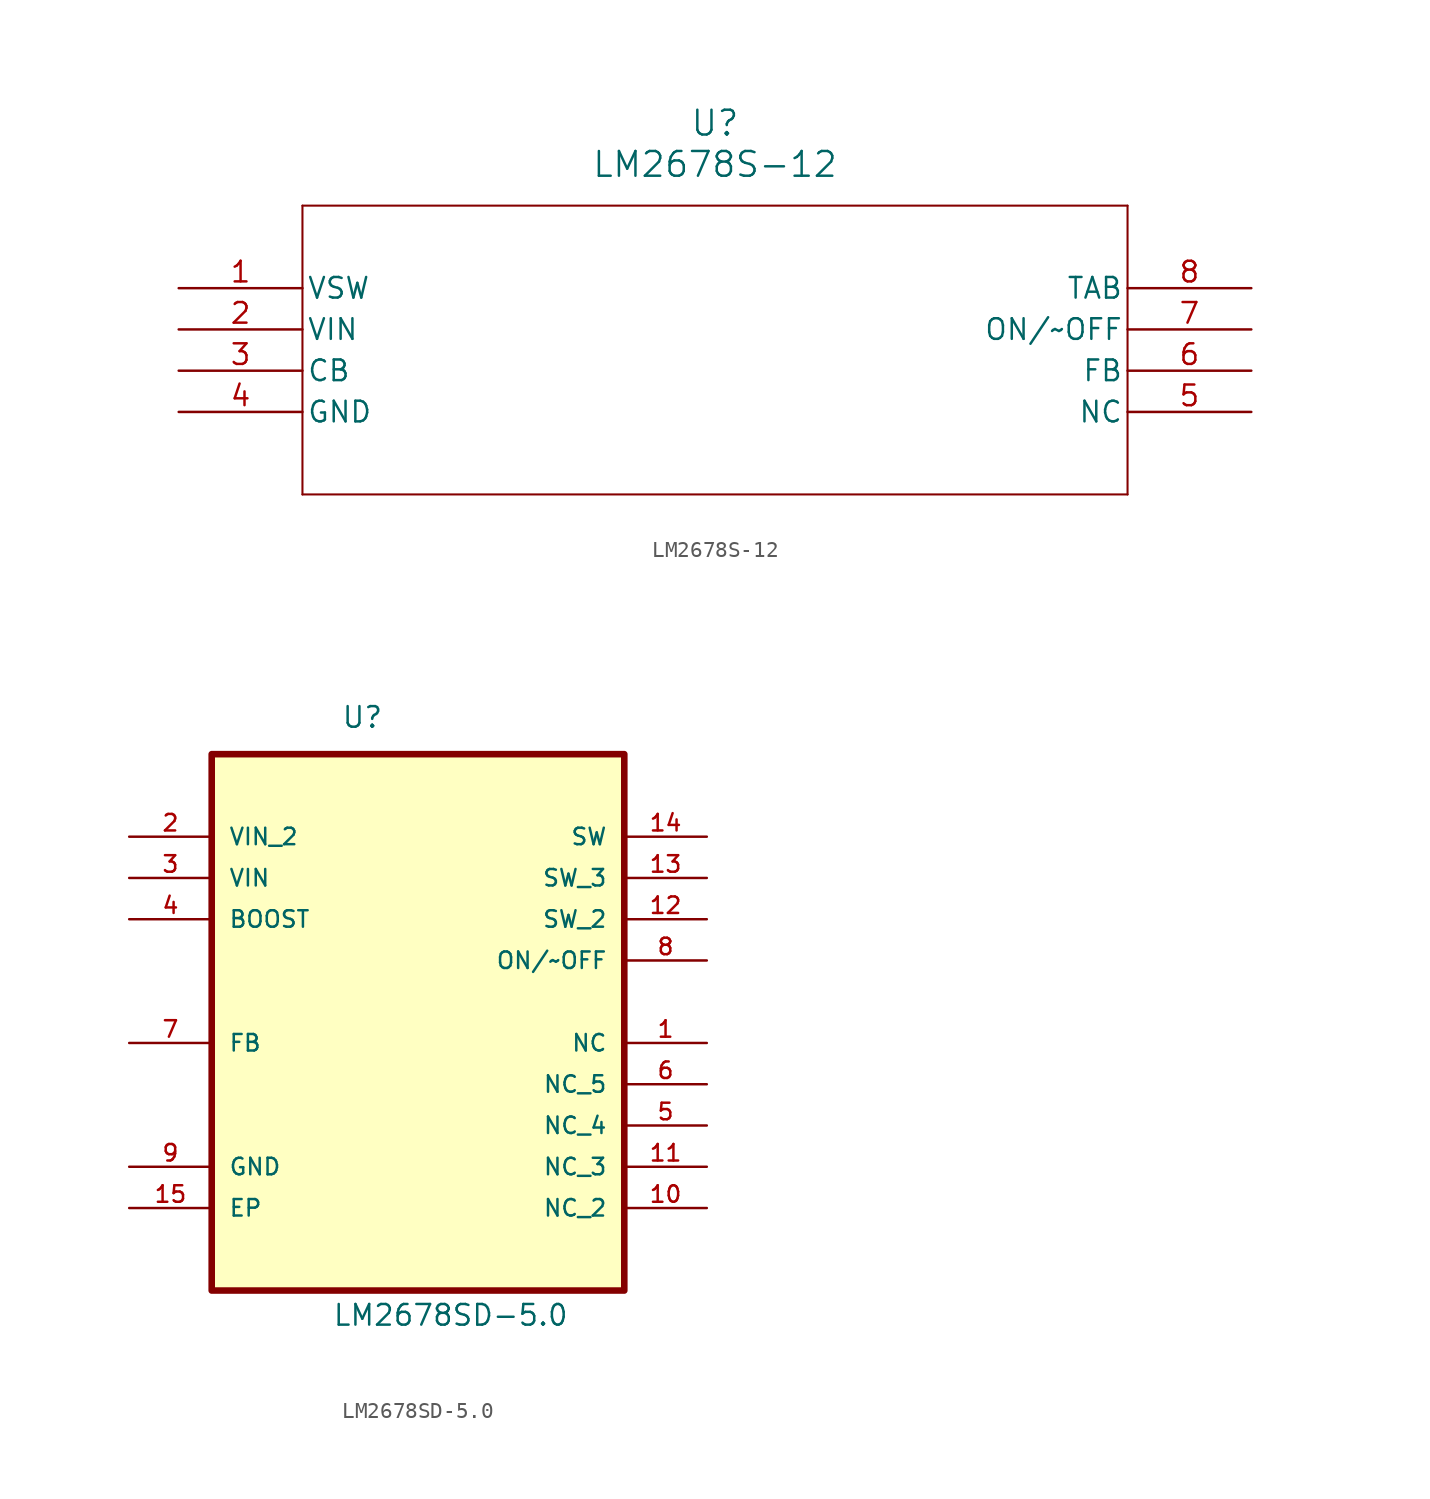
<source format=kicad_sym>
(kicad_symbol_lib
  (version 20241209)
  (generator "kicad_symbol_editor")
  (generator_version "9.0")
  (symbol "LM2678S-12"
    (pin_names
      (offset 0.254))
    (property "Reference" "U"
      (at 33.02 10.16 0)
      (effects (font (size 1.524 1.524))))
    (property "Value" "LM2678S-12"
      (at 33.02 7.62 0)
      (effects (font (size 1.524 1.524))))
    (property "ki_locked" ""
      (at 0 0 0)
      (effects (font (size 1.27 1.27))))
    (symbol "LM2678S-12_0_1"
      (polyline (pts (xy 7.62 5.08) (xy 7.62 -12.7)) (stroke (width 0.127) (type default)) (fill (type none)))
      (polyline (pts (xy 7.62 -12.7) (xy 58.42 -12.7)) (stroke (width 0.127) (type default)) (fill (type none)))
      (polyline (pts (xy 58.42 5.08) (xy 7.62 5.08)) (stroke (width 0.127) (type default)) (fill (type none)))
      (polyline (pts (xy 58.42 -12.7) (xy 58.42 5.08)) (stroke (width 0.127) (type default)) (fill (type none)))
      (pin output line (at 0 0 0) (length 7.62) (name "VSW" (effects (font (size 1.27 1.27)))) (number "1" (effects (font (size 1.27 1.27)))))
      (pin input line (at 0 -2.54 0) (length 7.62) (name "VIN" (effects (font (size 1.27 1.27)))) (number "2" (effects (font (size 1.27 1.27)))))
      (pin passive line (at 0 -5.08 0) (length 7.62) (name "CB" (effects (font (size 1.27 1.27)))) (number "3" (effects (font (size 1.27 1.27)))))
      (pin passive line (at 0 -7.62 0) (length 7.62) (name "GND" (effects (font (size 1.27 1.27)))) (number "4" (effects (font (size 1.27 1.27)))))
      (pin unspecified line (at 66.04 0 180) (length 7.62) (name "TAB" (effects (font (size 1.27 1.27)))) (number "8" (effects (font (size 1.27 1.27)))))
      (pin passive line (at 66.04 -2.54 180) (length 7.62) (name "ON/~OFF" (effects (font (size 1.27 1.27)))) (number "7" (effects (font (size 1.27 1.27)))))
      (pin passive line (at 66.04 -5.08 180) (length 7.62) (name "FB" (effects (font (size 1.27 1.27)))) (number "6" (effects (font (size 1.27 1.27)))))
      (pin passive line (at 66.04 -7.62 180) (length 7.62) (name "NC" (effects (font (size 1.27 1.27)))) (number "5" (effects (font (size 1.27 1.27)))))))
  (symbol "LM2678SD-5.0"
    (pin_names
      (offset 1.016))
    (property "Reference" "U"
      (at -4.734 14.226 0)
      (effects (font (size 1.27 1.27)) (justify left bottom)))
    (property "Value" "LM2678SD-5.0"
      (at -5.283 -22.581 0)
      (effects (font (size 1.27 1.27)) (justify left bottom)))
    (symbol "LM2678SD-5.0_0_0"
      (rectangle (start -12.7 -20.32) (end 12.7 12.7) (stroke (width 0.406) (type default)) (fill (type background)))
      (pin input line (at -17.78 7.62 0) (length 5.08) (name "VIN_2" (effects (font (size 1.016 1.016)))) (number "2" (effects (font (size 1.016 1.016)))))
      (pin input line (at -17.78 5.08 0) (length 5.08) (name "VIN" (effects (font (size 1.016 1.016)))) (number "3" (effects (font (size 1.016 1.016)))))
      (pin passive line (at -17.78 2.54 0) (length 5.08) (name "BOOST" (effects (font (size 1.016 1.016)))) (number "4" (effects (font (size 1.016 1.016)))))
      (pin passive line (at -17.78 -5.08 0) (length 5.08) (name "FB" (effects (font (size 1.016 1.016)))) (number "7" (effects (font (size 1.016 1.016)))))
      (pin passive line (at -17.78 -12.7 0) (length 5.08) (name "GND" (effects (font (size 1.016 1.016)))) (number "9" (effects (font (size 1.016 1.016)))))
      (pin passive line (at -17.78 -15.24 0) (length 5.08) (name "EP" (effects (font (size 1.016 1.016)))) (number "15" (effects (font (size 1.016 1.016)))))
      (pin output line (at 17.78 7.62 180) (length 5.08) (name "SW" (effects (font (size 1.016 1.016)))) (number "14" (effects (font (size 1.016 1.016)))))
      (pin output line (at 17.78 5.08 180) (length 5.08) (name "SW_3" (effects (font (size 1.016 1.016)))) (number "13" (effects (font (size 1.016 1.016)))))
      (pin output line (at 17.78 2.54 180) (length 5.08) (name "SW_2" (effects (font (size 1.016 1.016)))) (number "12" (effects (font (size 1.016 1.016)))))
      (pin passive line (at 17.78 0 180) (length 5.08) (name "ON/~OFF" (effects (font (size 1.016 1.016)))) (number "8" (effects (font (size 1.016 1.016)))))
      (pin passive line (at 17.78 -5.08 180) (length 5.08) (name "NC" (effects (font (size 1.016 1.016)))) (number "1" (effects (font (size 1.016 1.016)))))
      (pin passive line (at 17.78 -7.62 180) (length 5.08) (name "NC_5" (effects (font (size 1.016 1.016)))) (number "6" (effects (font (size 1.016 1.016)))))
      (pin passive line (at 17.78 -10.16 180) (length 5.08) (name "NC_4" (effects (font (size 1.016 1.016)))) (number "5" (effects (font (size 1.016 1.016)))))
      (pin passive line (at 17.78 -12.7 180) (length 5.08) (name "NC_3" (effects (font (size 1.016 1.016)))) (number "11" (effects (font (size 1.016 1.016)))))
      (pin passive line (at 17.78 -15.24 180) (length 5.08) (name "NC_2" (effects (font (size 1.016 1.016)))) (number "10" (effects (font (size 1.016 1.016))))))))
</source>
